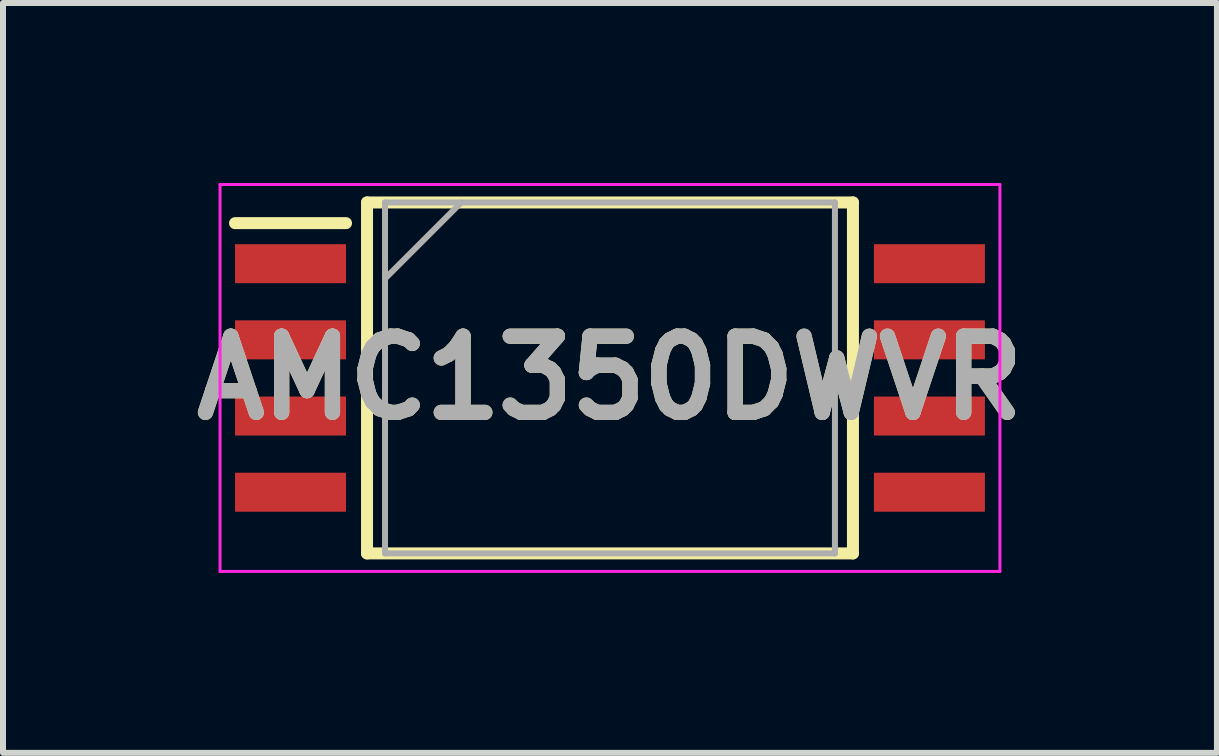
<source format=kicad_pcb>
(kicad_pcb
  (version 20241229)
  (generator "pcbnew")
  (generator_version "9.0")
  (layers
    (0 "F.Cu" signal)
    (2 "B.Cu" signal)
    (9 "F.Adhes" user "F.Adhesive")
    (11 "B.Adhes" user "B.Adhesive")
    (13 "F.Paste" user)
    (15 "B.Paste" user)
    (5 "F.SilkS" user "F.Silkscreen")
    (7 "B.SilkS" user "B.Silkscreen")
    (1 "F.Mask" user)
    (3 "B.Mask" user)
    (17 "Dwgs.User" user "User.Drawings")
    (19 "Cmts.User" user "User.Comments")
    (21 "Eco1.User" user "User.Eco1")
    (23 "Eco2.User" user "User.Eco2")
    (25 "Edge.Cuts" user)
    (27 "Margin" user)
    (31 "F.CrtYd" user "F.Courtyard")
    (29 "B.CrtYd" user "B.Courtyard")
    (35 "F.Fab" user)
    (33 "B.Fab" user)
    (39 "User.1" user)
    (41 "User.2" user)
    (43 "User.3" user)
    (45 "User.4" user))
  (footprint "AMC1350DWVR"
    (layer "F.Cu")
    (at 7.118 3.25)
    (property "Reference" "AMC1350DWVR" (at 0 0 0) (layer "F.SilkS") (effects (font (size 1.27 1.27) (thickness 0.254))))
    (attr smd)
    (fp_line (start -6.25 -2.58) (end -4.4 -2.58) (stroke (width 0.2) (type solid)) (layer "F.SilkS"))
    (fp_line (start -4.05 -2.925) (end 4.05 -2.925) (stroke (width 0.2) (type solid)) (layer "F.SilkS"))
    (fp_line (start -4.05 2.925) (end -4.05 -2.925) (stroke (width 0.2) (type solid)) (layer "F.SilkS"))
    (fp_line (start 4.05 -2.925) (end 4.05 2.925) (stroke (width 0.2) (type solid)) (layer "F.SilkS"))
    (fp_line (start 4.05 2.925) (end -4.05 2.925) (stroke (width 0.2) (type solid)) (layer "F.SilkS"))
    (fp_line (start -6.5 -3.225) (end 6.5 -3.225) (stroke (width 0.05) (type solid)) (layer "F.CrtYd"))
    (fp_line (start -6.5 3.225) (end -6.5 -3.225) (stroke (width 0.05) (type solid)) (layer "F.CrtYd"))
    (fp_line (start 6.5 -3.225) (end 6.5 3.225) (stroke (width 0.05) (type solid)) (layer "F.CrtYd"))
    (fp_line (start 6.5 3.225) (end -6.5 3.225) (stroke (width 0.05) (type solid)) (layer "F.CrtYd"))
    (fp_line (start -3.75 -2.925) (end 3.75 -2.925) (stroke (width 0.1) (type solid)) (layer "F.Fab"))
    (fp_line (start -3.75 -1.655) (end -2.48 -2.925) (stroke (width 0.1) (type solid)) (layer "F.Fab"))
    (fp_line (start -3.75 2.925) (end -3.75 -2.925) (stroke (width 0.1) (type solid)) (layer "F.Fab"))
    (fp_line (start 3.75 -2.925) (end 3.75 2.925) (stroke (width 0.1) (type solid)) (layer "F.Fab"))
    (fp_line (start 3.75 2.925) (end -3.75 2.925) (stroke (width 0.1) (type solid)) (layer "F.Fab"))
    (fp_text user "${REFERENCE}" (at 0 0 0) (layer "F.Fab") (effects (font (size 1.27 1.27) (thickness 0.254))))
    (pad "1" smd rect (at -5.325 -1.905 90) (size 0.65 1.85) (layers "F.Cu" "F.Mask" "F.Paste"))
    (pad "2" smd rect (at -5.325 -0.635 90) (size 0.65 1.85) (layers "F.Cu" "F.Mask" "F.Paste"))
    (pad "3" smd rect (at -5.325 0.635 90) (size 0.65 1.85) (layers "F.Cu" "F.Mask" "F.Paste"))
    (pad "4" smd rect (at -5.325 1.905 90) (size 0.65 1.85) (layers "F.Cu" "F.Mask" "F.Paste"))
    (pad "5" smd rect (at 5.325 1.905 90) (size 0.65 1.85) (layers "F.Cu" "F.Mask" "F.Paste"))
    (pad "6" smd rect (at 5.325 0.635 90) (size 0.65 1.85) (layers "F.Cu" "F.Mask" "F.Paste"))
    (pad "7" smd rect (at 5.325 -0.635 90) (size 0.65 1.85) (layers "F.Cu" "F.Mask" "F.Paste"))
    (pad "8" smd rect (at 5.325 -1.905 90) (size 0.65 1.85) (layers "F.Cu" "F.Mask" "F.Paste")))
  (gr_rect
    (start -3 -3)
    (end 17.236 9.5)
    (stroke (width 0.1) (type default))
    (fill no)
    (layer "Edge.Cuts")))
</source>
